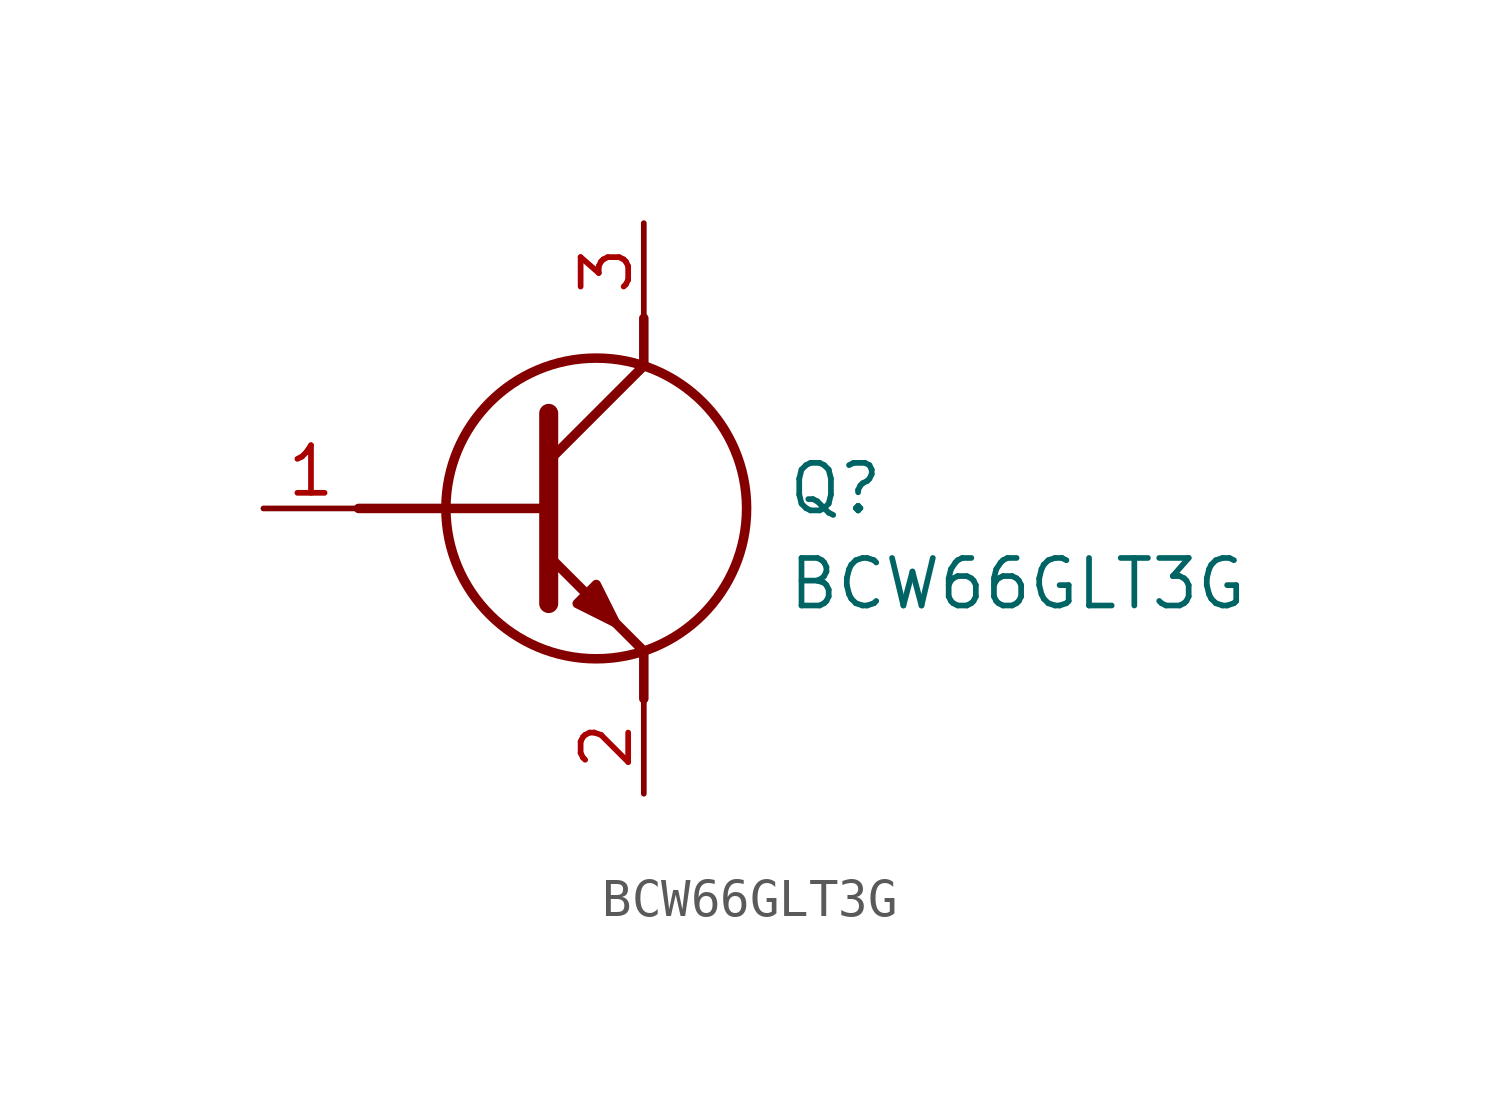
<source format=kicad_sym>
(kicad_symbol_lib
  (version 20211014)
  (generator SamacSys_ECAD_Model)
  (symbol "BCW66GLT3G"
    (pin_names hide)
    (property "Reference" "Q"
      (at 13.97 1.27 0)
      (effects (font (size 1.27 1.27)) (justify left top)))
    (property "Value" "BCW66GLT3G"
      (at 13.97 -1.27 0)
      (effects (font (size 1.27 1.27)) (justify left top)))
    (polyline
      (pts (xy 7.62 2.54) (xy 7.62 -2.54))
      (stroke (width 0.508) (type default))
      (fill (type none)))
    (polyline
      (pts (xy 7.62 1.27) (xy 10.16 3.81))
      (stroke (width 0.254) (type default))
      (fill (type none)))
    (polyline
      (pts (xy 7.62 -1.27) (xy 10.16 -3.81))
      (stroke (width 0.254) (type default))
      (fill (type none)))
    (polyline
      (pts (xy 10.16 -3.81) (xy 10.16 -5.08))
      (stroke (width 0.254) (type default))
      (fill (type none)))
    (polyline
      (pts (xy 10.16 3.81) (xy 10.16 5.08))
      (stroke (width 0.254) (type default))
      (fill (type none)))
    (polyline
      (pts (xy 2.54 0) (xy 7.62 0))
      (stroke (width 0.254) (type default))
      (fill (type none)))
    (circle
      (center 8.89 0)
      (radius 4.016)
      (stroke (width 0.254) (type default))
      (fill (type none)))
    (polyline
      (pts (xy 8.382 -2.54) (xy 8.89 -2.032) (xy 9.398 -3.048) (xy 8.382 -2.54))
      (stroke (width 0.254) (type default))
      (fill (type outline)))
    (pin passive line
      (at 0 0 0)
      (length 2.54)
      (name "B" (effects (font (size 1.27 1.27))))
      (number "1" (effects (font (size 1.27 1.27)))))
    (pin passive line
      (at 10.16 -7.62 90)
      (length 2.54)
      (name "E" (effects (font (size 1.27 1.27))))
      (number "2" (effects (font (size 1.27 1.27)))))
    (pin passive line
      (at 10.16 7.62 270)
      (length 2.54)
      (name "C" (effects (font (size 1.27 1.27))))
      (number "3" (effects (font (size 1.27 1.27)))))))
</source>
